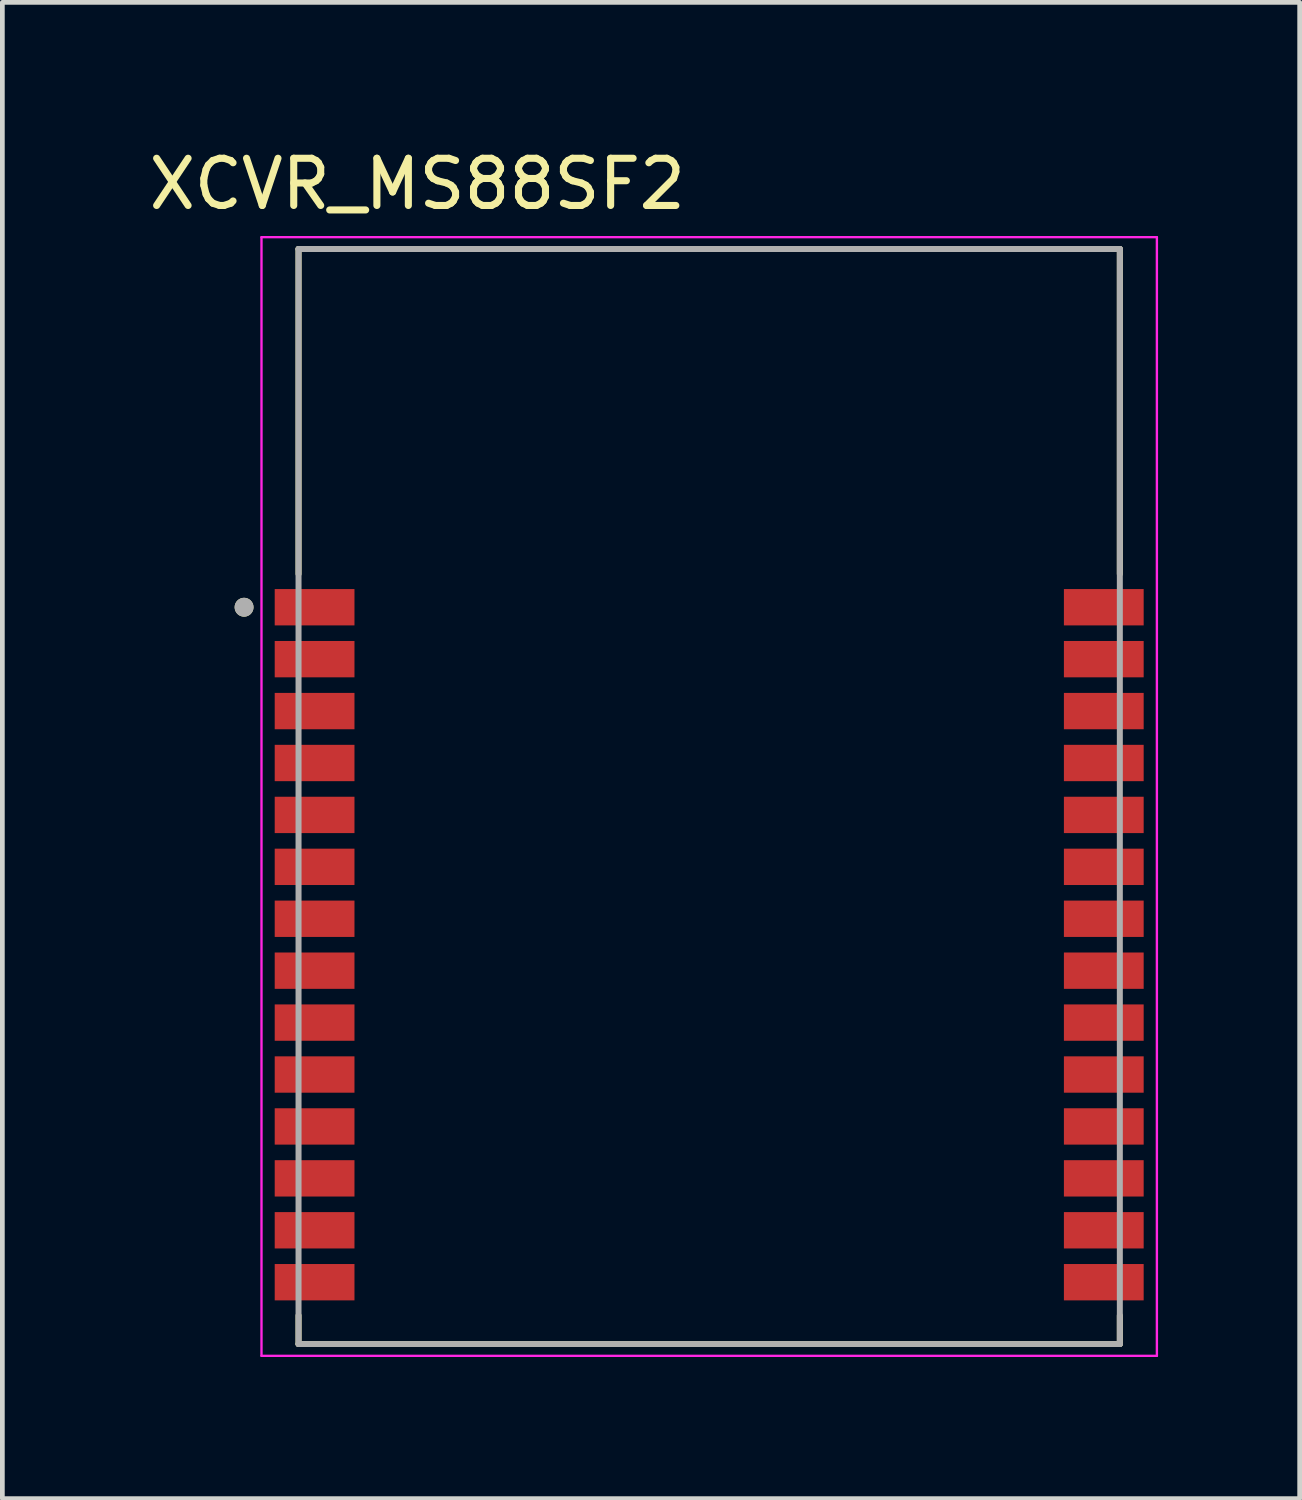
<source format=kicad_pcb>
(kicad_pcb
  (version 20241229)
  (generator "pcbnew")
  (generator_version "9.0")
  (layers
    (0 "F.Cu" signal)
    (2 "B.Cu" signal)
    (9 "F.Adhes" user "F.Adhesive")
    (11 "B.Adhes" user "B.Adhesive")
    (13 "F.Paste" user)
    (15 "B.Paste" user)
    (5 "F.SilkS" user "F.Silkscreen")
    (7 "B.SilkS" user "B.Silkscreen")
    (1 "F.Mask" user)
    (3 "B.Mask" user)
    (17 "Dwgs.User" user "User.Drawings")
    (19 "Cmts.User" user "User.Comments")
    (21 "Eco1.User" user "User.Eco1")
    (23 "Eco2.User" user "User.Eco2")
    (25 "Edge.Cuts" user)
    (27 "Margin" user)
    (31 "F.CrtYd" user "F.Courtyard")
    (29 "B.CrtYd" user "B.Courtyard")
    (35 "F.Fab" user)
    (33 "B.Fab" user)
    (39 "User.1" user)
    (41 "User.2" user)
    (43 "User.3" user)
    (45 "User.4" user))
  (footprint "XCVR_MS88SF2"
    (layer "F.Cu")
    (at 11.975 13.825)
    (property "Reference" "XCVR_MS88SF2" (at -6.183 -12.977 0) (layer "F.SilkS") (effects (font (size 1 1) (thickness 0.15))))
    (attr smd)
    (fp_line (start -8.7 -11.6) (end 8.7 -11.6) (stroke (width 0.127) (type solid)) (layer "F.SilkS"))
    (fp_line (start -8.7 -4.715) (end -8.7 -11.6) (stroke (width 0.127) (type solid)) (layer "F.SilkS"))
    (fp_line (start -8.7 11.6) (end -8.7 10.995) (stroke (width 0.127) (type solid)) (layer "F.SilkS"))
    (fp_line (start 8.7 -11.6) (end 8.7 -4.715) (stroke (width 0.127) (type solid)) (layer "F.SilkS"))
    (fp_line (start 8.7 11.6) (end -8.7 11.6) (stroke (width 0.127) (type solid)) (layer "F.SilkS"))
    (fp_line (start 8.7 11.6) (end 8.7 10.995) (stroke (width 0.127) (type solid)) (layer "F.SilkS"))
    (fp_circle (center -9.854 -4.01) (end -9.754 -4.01) (stroke (width 0.2) (type solid)) (fill no) (layer "F.SilkS"))
    (fp_line (start -9.485 -11.85) (end -9.485 11.85) (stroke (width 0.05) (type solid)) (layer "F.CrtYd"))
    (fp_line (start -9.485 11.85) (end 9.485 11.85) (stroke (width 0.05) (type solid)) (layer "F.CrtYd"))
    (fp_line (start 9.485 -11.85) (end -9.485 -11.85) (stroke (width 0.05) (type solid)) (layer "F.CrtYd"))
    (fp_line (start 9.485 11.85) (end 9.485 -11.85) (stroke (width 0.05) (type solid)) (layer "F.CrtYd"))
    (fp_line (start -8.7 -11.6) (end 8.7 -11.6) (stroke (width 0.127) (type solid)) (layer "F.Fab"))
    (fp_line (start -8.7 11.6) (end -8.7 -11.6) (stroke (width 0.127) (type solid)) (layer "F.Fab"))
    (fp_line (start 8.7 -11.6) (end 8.7 11.6) (stroke (width 0.127) (type solid)) (layer "F.Fab"))
    (fp_line (start 8.7 11.6) (end -8.7 11.6) (stroke (width 0.127) (type solid)) (layer "F.Fab"))
    (fp_circle (center -9.854 -4.01) (end -9.754 -4.01) (stroke (width 0.2) (type solid)) (fill no) (layer "F.Fab"))
    (pad "1" smd rect (at -8.36 -4.01) (size 1.69 0.77) (layers "F.Cu" "F.Mask" "F.Paste"))
    (pad "2" smd rect (at -8.36 -2.91) (size 1.69 0.77) (layers "F.Cu" "F.Mask" "F.Paste"))
    (pad "3" smd rect (at -8.36 -1.81) (size 1.69 0.77) (layers "F.Cu" "F.Mask" "F.Paste"))
    (pad "4" smd rect (at -8.36 -0.71) (size 1.69 0.77) (layers "F.Cu" "F.Mask" "F.Paste"))
    (pad "5" smd rect (at -8.36 0.39) (size 1.69 0.77) (layers "F.Cu" "F.Mask" "F.Paste"))
    (pad "6" smd rect (at -8.36 1.49) (size 1.69 0.77) (layers "F.Cu" "F.Mask" "F.Paste"))
    (pad "7" smd rect (at -8.36 2.59) (size 1.69 0.77) (layers "F.Cu" "F.Mask" "F.Paste"))
    (pad "8" smd rect (at -8.36 3.69) (size 1.69 0.77) (layers "F.Cu" "F.Mask" "F.Paste"))
    (pad "9" smd rect (at -8.36 4.79) (size 1.69 0.77) (layers "F.Cu" "F.Mask" "F.Paste"))
    (pad "10" smd rect (at -8.36 5.89) (size 1.69 0.77) (layers "F.Cu" "F.Mask" "F.Paste"))
    (pad "11" smd rect (at -8.36 6.99) (size 1.69 0.77) (layers "F.Cu" "F.Mask" "F.Paste"))
    (pad "12" smd rect (at -8.36 8.09) (size 1.69 0.77) (layers "F.Cu" "F.Mask" "F.Paste"))
    (pad "13" smd rect (at -8.36 9.19) (size 1.69 0.77) (layers "F.Cu" "F.Mask" "F.Paste"))
    (pad "14" smd rect (at -8.36 10.29) (size 1.69 0.77) (layers "F.Cu" "F.Mask" "F.Paste"))
    (pad "15" smd rect (at 8.36 10.29) (size 1.69 0.77) (layers "F.Cu" "F.Mask" "F.Paste"))
    (pad "16" smd rect (at 8.36 9.19) (size 1.69 0.77) (layers "F.Cu" "F.Mask" "F.Paste"))
    (pad "17" smd rect (at 8.36 8.09) (size 1.69 0.77) (layers "F.Cu" "F.Mask" "F.Paste"))
    (pad "18" smd rect (at 8.36 6.99) (size 1.69 0.77) (layers "F.Cu" "F.Mask" "F.Paste"))
    (pad "19" smd rect (at 8.36 5.89) (size 1.69 0.77) (layers "F.Cu" "F.Mask" "F.Paste"))
    (pad "20" smd rect (at 8.36 4.79) (size 1.69 0.77) (layers "F.Cu" "F.Mask" "F.Paste"))
    (pad "21" smd rect (at 8.36 3.69) (size 1.69 0.77) (layers "F.Cu" "F.Mask" "F.Paste"))
    (pad "22" smd rect (at 8.36 2.59) (size 1.69 0.77) (layers "F.Cu" "F.Mask" "F.Paste"))
    (pad "23" smd rect (at 8.36 1.49) (size 1.69 0.77) (layers "F.Cu" "F.Mask" "F.Paste"))
    (pad "24" smd rect (at 8.36 0.39) (size 1.69 0.77) (layers "F.Cu" "F.Mask" "F.Paste"))
    (pad "25" smd rect (at 8.36 -0.71) (size 1.69 0.77) (layers "F.Cu" "F.Mask" "F.Paste"))
    (pad "26" smd rect (at 8.36 -1.81) (size 1.69 0.77) (layers "F.Cu" "F.Mask" "F.Paste"))
    (pad "27" smd rect (at 8.36 -2.91) (size 1.69 0.77) (layers "F.Cu" "F.Mask" "F.Paste"))
    (pad "28" smd rect (at 8.36 -4.01) (size 1.69 0.77) (layers "F.Cu" "F.Mask" "F.Paste"))
    (zone (net_name "") (layer "F.Cu") (hatch full 0.508) (connect_pads) (min_thickness 0.01) (filled_areas_thickness no) (keepout (tracks not_allowed) (vias not_allowed) (pads not_allowed) (copperpour not_allowed) (footprints allowed)) (placement (enabled no)) (fill) (polygon (pts (xy 3.275 2.225) (xy 20.675 2.225) (xy 20.675 8.825) (xy 3.275 8.825))))
    (zone (net_name "") (layers "F.Cu" "B.Cu") (hatch full 0.508) (connect_pads) (min_thickness 0.01) (filled_areas_thickness no) (keepout (tracks allowed) (vias not_allowed) (pads allowed) (copperpour allowed) (footprints allowed)) (placement (enabled no)) (fill) (polygon (pts (xy 3.275 2.225) (xy 20.675 2.225) (xy 20.675 8.825) (xy 3.275 8.825))))
    (zone (net_name "") (layer "B.Cu") (hatch full 0.508) (connect_pads) (min_thickness 0.01) (filled_areas_thickness no) (keepout (tracks not_allowed) (vias not_allowed) (pads not_allowed) (copperpour not_allowed) (footprints allowed)) (placement (enabled no)) (fill) (polygon (pts (xy 3.275 2.225) (xy 20.675 2.225) (xy 20.675 8.825) (xy 3.275 8.825)))))
  (gr_rect
    (start -3 -3)
    (end 24.485 28.7)
    (stroke (width 0.1) (type default))
    (fill no)
    (layer "Edge.Cuts")))
</source>
